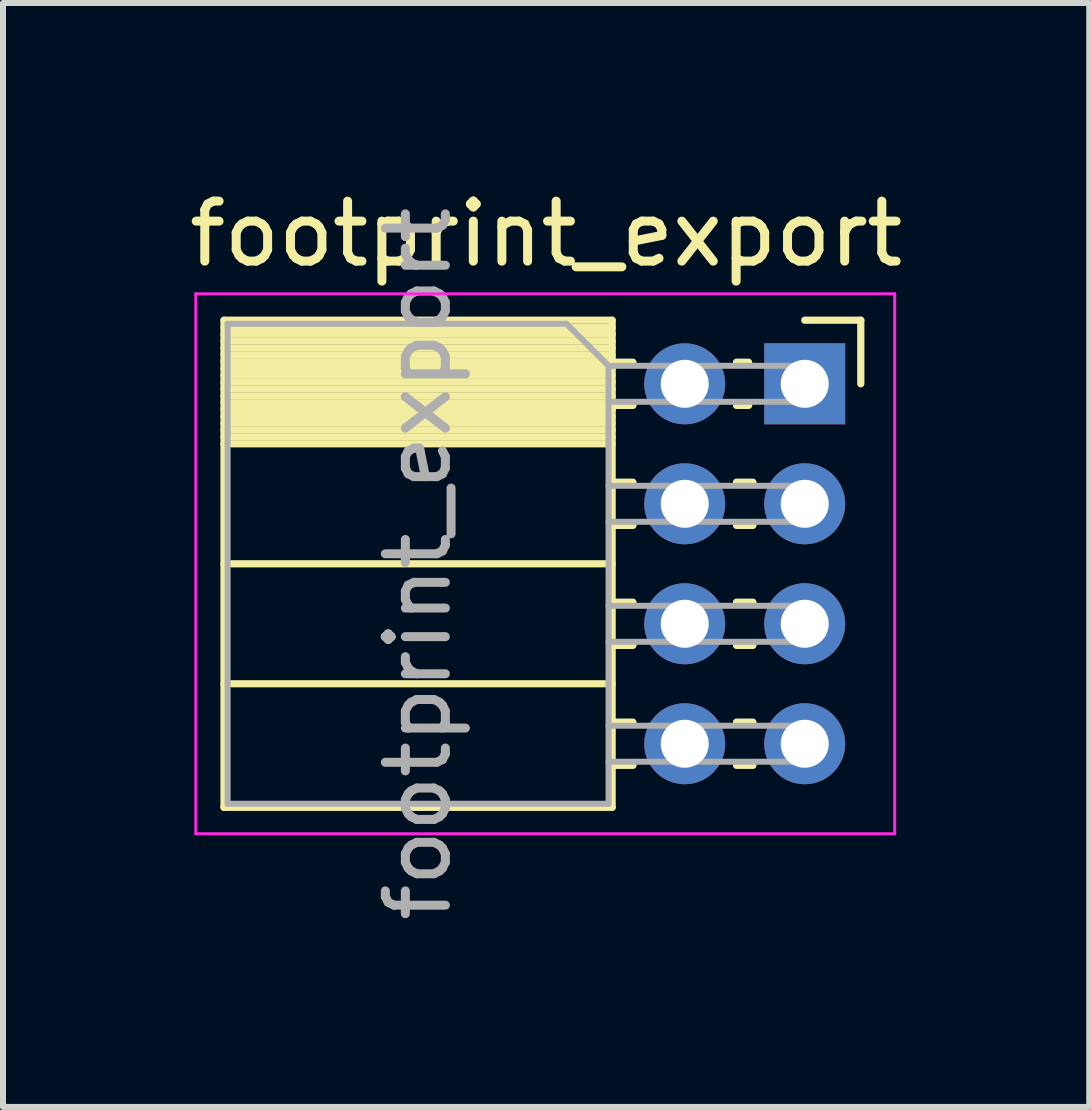
<source format=kicad_pcb>
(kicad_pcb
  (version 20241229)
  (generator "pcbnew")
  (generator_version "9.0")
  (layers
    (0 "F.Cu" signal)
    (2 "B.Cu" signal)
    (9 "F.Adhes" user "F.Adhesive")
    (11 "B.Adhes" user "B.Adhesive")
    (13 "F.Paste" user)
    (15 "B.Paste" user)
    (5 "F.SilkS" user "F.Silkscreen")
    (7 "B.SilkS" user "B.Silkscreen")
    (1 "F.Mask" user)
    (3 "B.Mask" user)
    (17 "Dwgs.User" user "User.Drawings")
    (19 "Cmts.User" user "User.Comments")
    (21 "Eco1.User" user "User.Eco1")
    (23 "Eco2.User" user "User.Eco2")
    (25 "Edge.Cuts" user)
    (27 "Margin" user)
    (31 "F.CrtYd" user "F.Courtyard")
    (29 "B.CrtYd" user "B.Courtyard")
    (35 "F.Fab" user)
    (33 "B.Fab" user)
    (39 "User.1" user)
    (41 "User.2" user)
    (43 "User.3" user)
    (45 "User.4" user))
  (footprint "footprint_export"
    (layer "F.Cu")
    (at 10.364 3.348)
    (property "Reference" "footprint_export" (at -4.31 -2.5 0) (layer "F.SilkS") (effects (font (size 1 1) (thickness 0.15))))
    (attr through_hole)
    (fp_line (start -9.68 -1.06) (end -9.68 7.06) (stroke (width 0.12) (type solid)) (layer "F.SilkS"))
    (fp_line (start -9.68 -1.06) (end -3.21 -1.06) (stroke (width 0.12) (type solid)) (layer "F.SilkS"))
    (fp_line (start -9.68 -0.94) (end -3.21 -0.94) (stroke (width 0.12) (type solid)) (layer "F.SilkS"))
    (fp_line (start -9.68 -0.826) (end -3.21 -0.826) (stroke (width 0.12) (type solid)) (layer "F.SilkS"))
    (fp_line (start -9.68 -0.712) (end -3.21 -0.712) (stroke (width 0.12) (type solid)) (layer "F.SilkS"))
    (fp_line (start -9.68 -0.598) (end -3.21 -0.598) (stroke (width 0.12) (type solid)) (layer "F.SilkS"))
    (fp_line (start -9.68 -0.484) (end -3.21 -0.484) (stroke (width 0.12) (type solid)) (layer "F.SilkS"))
    (fp_line (start -9.68 -0.369) (end -3.21 -0.369) (stroke (width 0.12) (type solid)) (layer "F.SilkS"))
    (fp_line (start -9.68 -0.255) (end -3.21 -0.255) (stroke (width 0.12) (type solid)) (layer "F.SilkS"))
    (fp_line (start -9.68 -0.141) (end -3.21 -0.141) (stroke (width 0.12) (type solid)) (layer "F.SilkS"))
    (fp_line (start -9.68 -0.027) (end -3.21 -0.027) (stroke (width 0.12) (type solid)) (layer "F.SilkS"))
    (fp_line (start -9.68 0.087) (end -3.21 0.087) (stroke (width 0.12) (type solid)) (layer "F.SilkS"))
    (fp_line (start -9.68 0.201) (end -3.21 0.201) (stroke (width 0.12) (type solid)) (layer "F.SilkS"))
    (fp_line (start -9.68 0.315) (end -3.21 0.315) (stroke (width 0.12) (type solid)) (layer "F.SilkS"))
    (fp_line (start -9.68 0.429) (end -3.21 0.429) (stroke (width 0.12) (type solid)) (layer "F.SilkS"))
    (fp_line (start -9.68 0.544) (end -3.21 0.544) (stroke (width 0.12) (type solid)) (layer "F.SilkS"))
    (fp_line (start -9.68 0.658) (end -3.21 0.658) (stroke (width 0.12) (type solid)) (layer "F.SilkS"))
    (fp_line (start -9.68 0.772) (end -3.21 0.772) (stroke (width 0.12) (type solid)) (layer "F.SilkS"))
    (fp_line (start -9.68 0.886) (end -3.21 0.886) (stroke (width 0.12) (type solid)) (layer "F.SilkS"))
    (fp_line (start -9.68 1) (end -3.21 1) (stroke (width 0.12) (type solid)) (layer "F.SilkS"))
    (fp_line (start -9.68 3) (end -3.21 3) (stroke (width 0.12) (type solid)) (layer "F.SilkS"))
    (fp_line (start -9.68 5) (end -3.21 5) (stroke (width 0.12) (type solid)) (layer "F.SilkS"))
    (fp_line (start -9.68 7.06) (end -3.21 7.06) (stroke (width 0.12) (type solid)) (layer "F.SilkS"))
    (fp_line (start -3.21 -1.06) (end -3.21 7.06) (stroke (width 0.12) (type solid)) (layer "F.SilkS"))
    (fp_line (start -3.21 -0.36) (end -2.863 -0.36) (stroke (width 0.12) (type solid)) (layer "F.SilkS"))
    (fp_line (start -3.21 0.36) (end -2.863 0.36) (stroke (width 0.12) (type solid)) (layer "F.SilkS"))
    (fp_line (start -3.21 1.64) (end -2.863 1.64) (stroke (width 0.12) (type solid)) (layer "F.SilkS"))
    (fp_line (start -3.21 2.36) (end -2.863 2.36) (stroke (width 0.12) (type solid)) (layer "F.SilkS"))
    (fp_line (start -3.21 3.64) (end -2.863 3.64) (stroke (width 0.12) (type solid)) (layer "F.SilkS"))
    (fp_line (start -3.21 4.36) (end -2.863 4.36) (stroke (width 0.12) (type solid)) (layer "F.SilkS"))
    (fp_line (start -3.21 5.64) (end -2.863 5.64) (stroke (width 0.12) (type solid)) (layer "F.SilkS"))
    (fp_line (start -3.21 6.36) (end -2.863 6.36) (stroke (width 0.12) (type solid)) (layer "F.SilkS"))
    (fp_line (start -1.137 -0.36) (end -0.935 -0.36) (stroke (width 0.12) (type solid)) (layer "F.SilkS"))
    (fp_line (start -1.137 0.36) (end -0.935 0.36) (stroke (width 0.12) (type solid)) (layer "F.SilkS"))
    (fp_line (start -1.137 1.64) (end -0.863 1.64) (stroke (width 0.12) (type solid)) (layer "F.SilkS"))
    (fp_line (start -1.137 2.36) (end -0.863 2.36) (stroke (width 0.12) (type solid)) (layer "F.SilkS"))
    (fp_line (start -1.137 3.64) (end -0.863 3.64) (stroke (width 0.12) (type solid)) (layer "F.SilkS"))
    (fp_line (start -1.137 4.36) (end -0.863 4.36) (stroke (width 0.12) (type solid)) (layer "F.SilkS"))
    (fp_line (start -1.137 5.64) (end -0.863 5.64) (stroke (width 0.12) (type solid)) (layer "F.SilkS"))
    (fp_line (start -1.137 6.36) (end -0.863 6.36) (stroke (width 0.12) (type solid)) (layer "F.SilkS"))
    (fp_line (start 0 -1.06) (end 0.935 -1.06) (stroke (width 0.12) (type solid)) (layer "F.SilkS"))
    (fp_line (start 0.935 -1.06) (end 0.935 0) (stroke (width 0.12) (type solid)) (layer "F.SilkS"))
    (fp_line (start -10.15 -1.5) (end -10.15 7.5) (stroke (width 0.05) (type solid)) (layer "F.CrtYd"))
    (fp_line (start -10.15 7.5) (end 1.5 7.5) (stroke (width 0.05) (type solid)) (layer "F.CrtYd"))
    (fp_line (start 1.5 -1.5) (end -10.15 -1.5) (stroke (width 0.05) (type solid)) (layer "F.CrtYd"))
    (fp_line (start 1.5 7.5) (end 1.5 -1.5) (stroke (width 0.05) (type solid)) (layer "F.CrtYd"))
    (fp_line (start -9.62 -1) (end -3.97 -1) (stroke (width 0.1) (type solid)) (layer "F.Fab"))
    (fp_line (start -9.62 7) (end -9.62 -1) (stroke (width 0.1) (type solid)) (layer "F.Fab"))
    (fp_line (start -3.97 -1) (end -3.27 -0.3) (stroke (width 0.1) (type solid)) (layer "F.Fab"))
    (fp_line (start -3.27 -0.3) (end -3.27 7) (stroke (width 0.1) (type solid)) (layer "F.Fab"))
    (fp_line (start -3.27 0.3) (end 0 0.3) (stroke (width 0.1) (type solid)) (layer "F.Fab"))
    (fp_line (start -3.27 2.3) (end 0 2.3) (stroke (width 0.1) (type solid)) (layer "F.Fab"))
    (fp_line (start -3.27 4.3) (end 0 4.3) (stroke (width 0.1) (type solid)) (layer "F.Fab"))
    (fp_line (start -3.27 6.3) (end 0 6.3) (stroke (width 0.1) (type solid)) (layer "F.Fab"))
    (fp_line (start -3.27 7) (end -9.62 7) (stroke (width 0.1) (type solid)) (layer "F.Fab"))
    (fp_line (start 0 -0.3) (end -3.27 -0.3) (stroke (width 0.1) (type solid)) (layer "F.Fab"))
    (fp_line (start 0 0.3) (end 0 -0.3) (stroke (width 0.1) (type solid)) (layer "F.Fab"))
    (fp_line (start 0 1.7) (end -3.27 1.7) (stroke (width 0.1) (type solid)) (layer "F.Fab"))
    (fp_line (start 0 2.3) (end 0 1.7) (stroke (width 0.1) (type solid)) (layer "F.Fab"))
    (fp_line (start 0 3.7) (end -3.27 3.7) (stroke (width 0.1) (type solid)) (layer "F.Fab"))
    (fp_line (start 0 4.3) (end 0 3.7) (stroke (width 0.1) (type solid)) (layer "F.Fab"))
    (fp_line (start 0 5.7) (end -3.27 5.7) (stroke (width 0.1) (type solid)) (layer "F.Fab"))
    (fp_line (start 0 6.3) (end 0 5.7) (stroke (width 0.1) (type solid)) (layer "F.Fab"))
    (fp_text user "${REFERENCE}" (at -6.445 3 90) (layer "F.Fab") (effects (font (size 1 1) (thickness 0.15))))
    (pad "1" thru_hole rect (at 0 0) (size 1.35 1.35) (drill 0.8) (layers "*.Cu" "*.Mask"))
    (pad "2" thru_hole oval (at -2 0) (size 1.35 1.35) (drill 0.8) (layers "*.Cu" "*.Mask"))
    (pad "3" thru_hole oval (at 0 2) (size 1.35 1.35) (drill 0.8) (layers "*.Cu" "*.Mask"))
    (pad "4" thru_hole oval (at -2 2) (size 1.35 1.35) (drill 0.8) (layers "*.Cu" "*.Mask"))
    (pad "5" thru_hole oval (at 0 4) (size 1.35 1.35) (drill 0.8) (layers "*.Cu" "*.Mask"))
    (pad "6" thru_hole oval (at -2 4) (size 1.35 1.35) (drill 0.8) (layers "*.Cu" "*.Mask"))
    (pad "7" thru_hole oval (at 0 6) (size 1.35 1.35) (drill 0.8) (layers "*.Cu" "*.Mask"))
    (pad "8" thru_hole oval (at -2 6) (size 1.35 1.35) (drill 0.8) (layers "*.Cu" "*.Mask")))
  (gr_rect
    (start -3 -3)
    (end 15.107 15.402)
    (stroke (width 0.1) (type default))
    (fill no)
    (layer "Edge.Cuts")))
</source>
